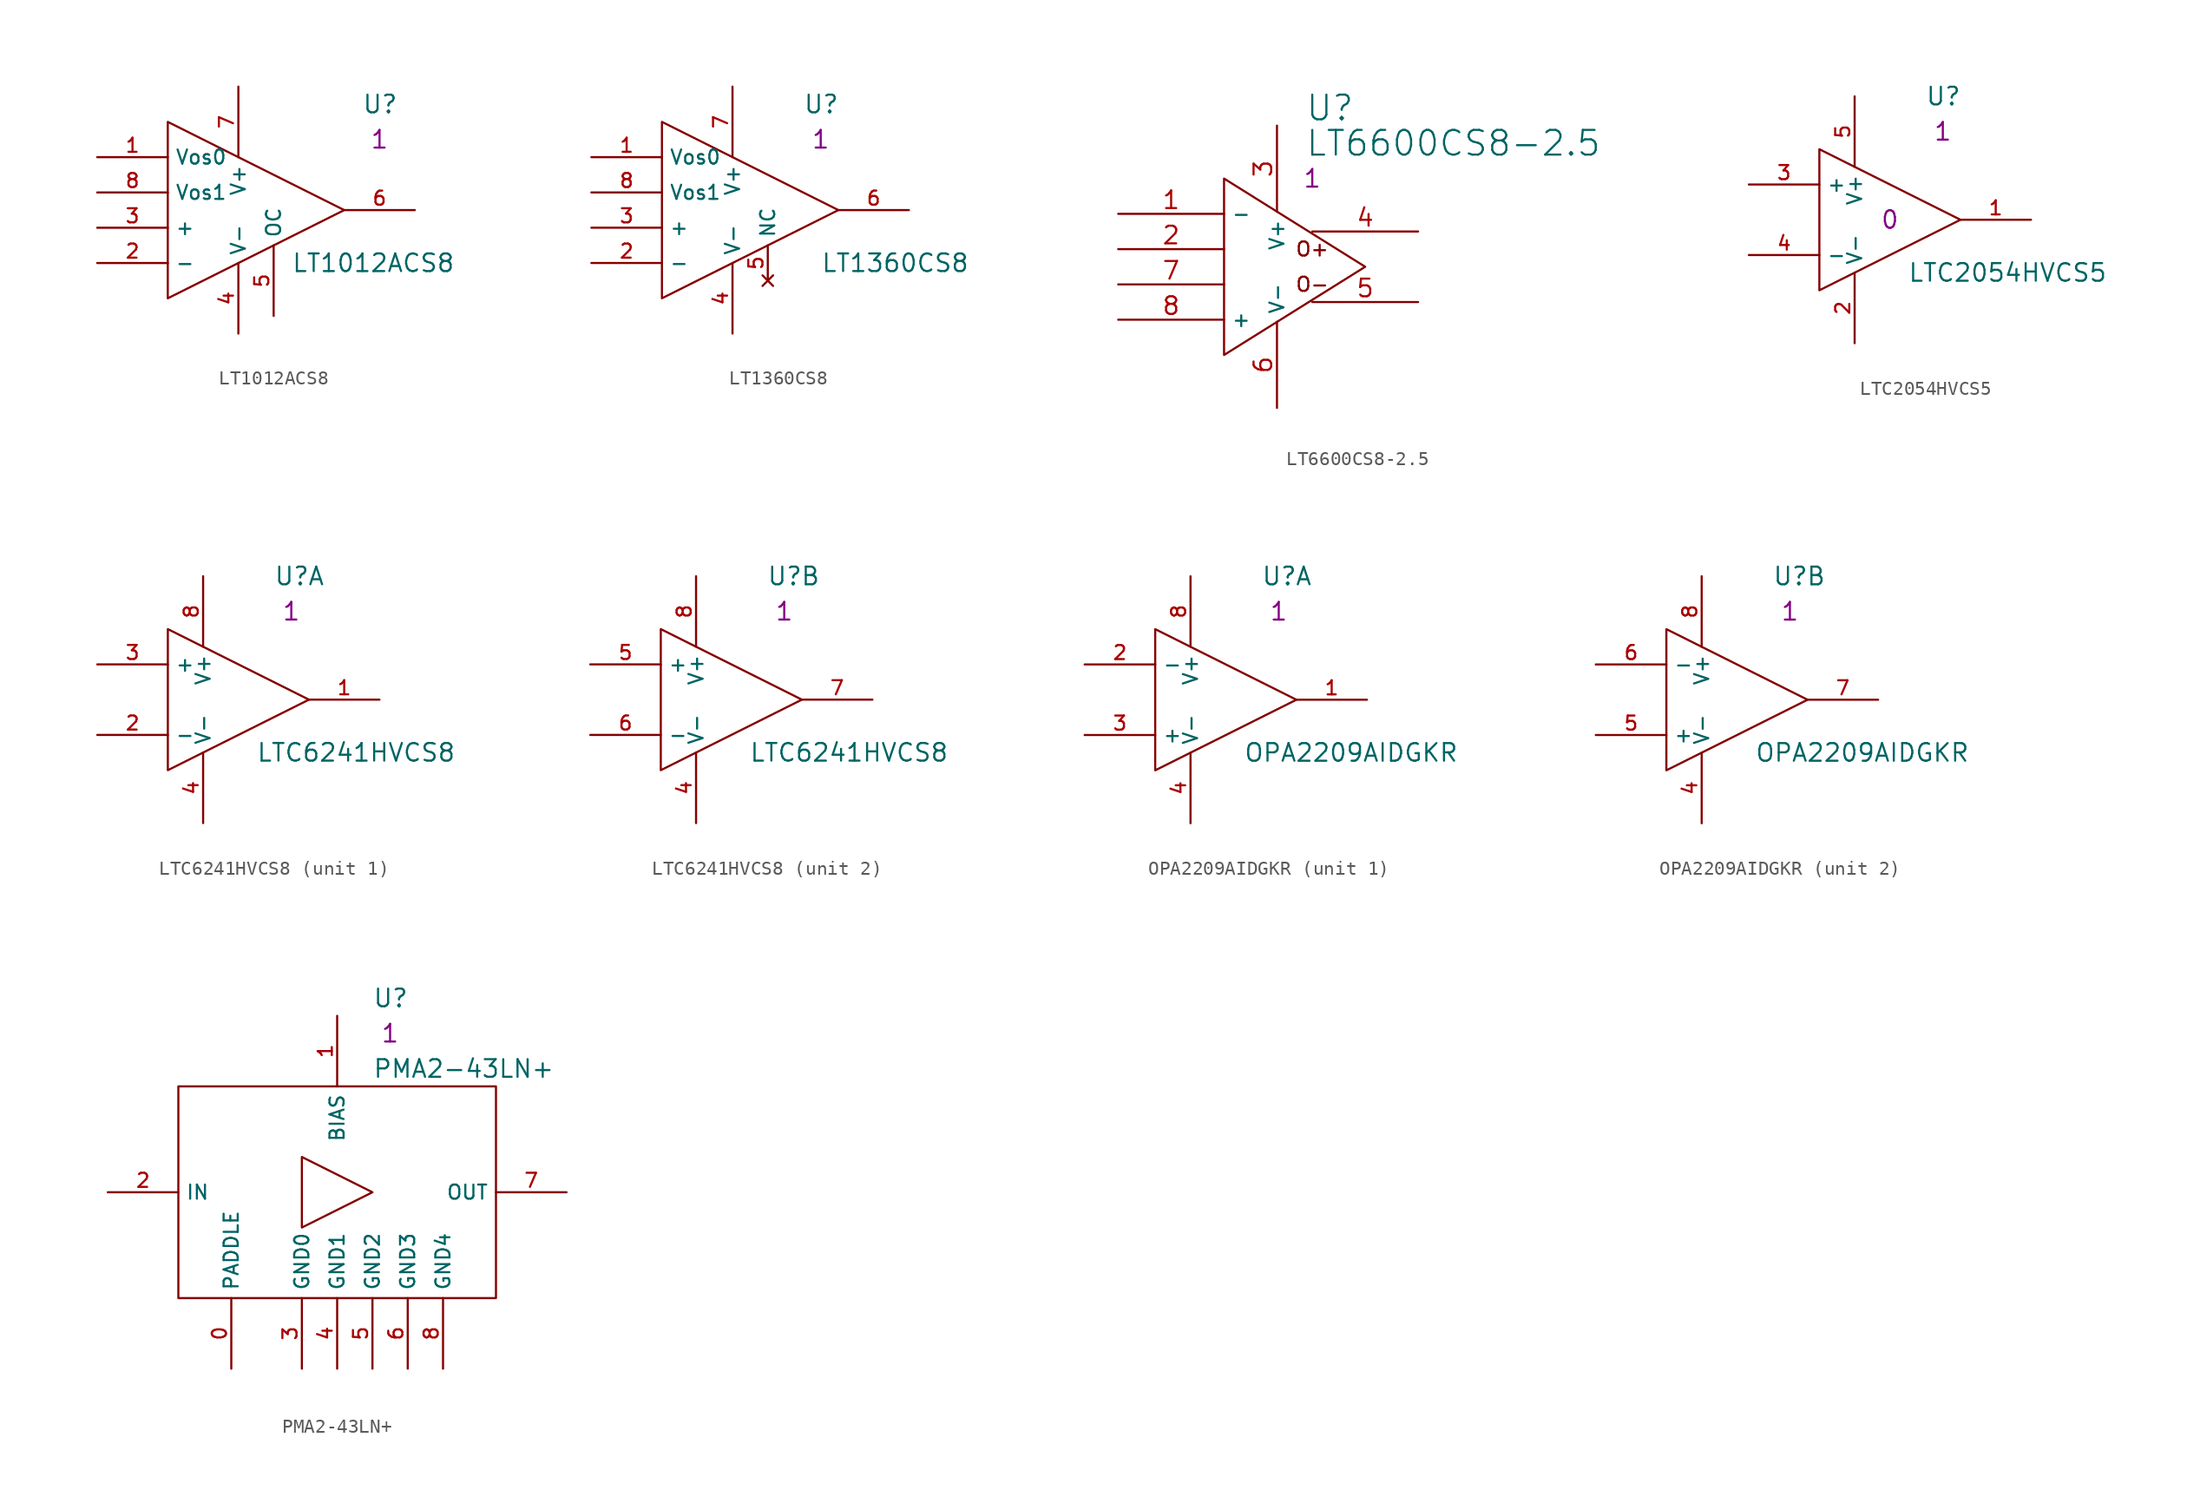
<source format=kicad_sym>
(kicad_symbol_lib
  (version 20211014)
  (generator kicad_symbol_editor)
  (symbol "LT1012ACS8"
    (property "Reference" "U"
      (at 6.35 7.62 0)
      (effects (font (size 1.27 1.27)) (justify left)))
    (property "Value" "LT1012ACS8"
      (at 1.27 -3.81 0)
      (effects (font (size 1.27 1.27)) (justify left)))
    (property "Qty" "1"
      (at 7.62 5.08 0)
      (effects (font (size 1.27 1.27))))
    (symbol "LT1012ACS8_0_1"
      (polyline (pts (xy -7.62 6.35) (xy 5.08 0) (xy -7.62 -6.35) (xy -7.62 6.35)) (stroke (width 0.152) (type default) (color 0 0 0 0)) (fill (type none))))
    (symbol "LT1012ACS8_1_1"
      (pin input line (at -12.7 3.81 0) (length 5.08) (name "Vos0" (effects (font (size 1.016 1.016)))) (number "1" (effects (font (size 1.016 1.016)))))
      (pin input line (at -12.7 -3.81 0) (length 5.08) (name "-" (effects (font (size 1.016 1.016)))) (number "2" (effects (font (size 1.016 1.016)))))
      (pin input line (at -12.7 -1.27 0) (length 5.08) (name "+" (effects (font (size 1.016 1.016)))) (number "3" (effects (font (size 1.016 1.016)))))
      (pin power_in line (at -2.54 -8.89 90) (length 5.08) (name "V-" (effects (font (size 1.016 1.016)))) (number "4" (effects (font (size 1.016 1.016)))))
      (pin input line (at 0 -7.62 90) (length 5.08) (name "OC" (effects (font (size 1.016 1.016)))) (number "5" (effects (font (size 1.016 1.016)))))
      (pin output line (at 10.16 0 180) (length 5.08) (name "~" (effects (font (size 1.016 1.016)))) (number "6" (effects (font (size 1.016 1.016)))))
      (pin power_in line (at -2.54 8.89 270) (length 5.08) (name "V+" (effects (font (size 1.016 1.016)))) (number "7" (effects (font (size 1.016 1.016)))))
      (pin input line (at -12.7 1.27 0) (length 5.08) (name "Vos1" (effects (font (size 1.016 1.016)))) (number "8" (effects (font (size 1.016 1.016)))))))
  (symbol "LT1360CS8"
    (property "Reference" "U"
      (at 2.54 7.62 0)
      (effects (font (size 1.27 1.27)) (justify left)))
    (property "Value" "LT1360CS8"
      (at 3.81 -3.81 0)
      (effects (font (size 1.27 1.27)) (justify left)))
    (property "Qty" "1"
      (at 3.81 5.08 0)
      (effects (font (size 1.27 1.27))))
    (symbol "LT1360CS8_0_1"
      (polyline (pts (xy -7.62 6.35) (xy 5.08 0) (xy -7.62 -6.35) (xy -7.62 6.35)) (stroke (width 0.152) (type default) (color 0 0 0 0)) (fill (type none))))
    (symbol "LT1360CS8_1_1"
      (pin input line (at -12.7 3.81 0) (length 5.08) (name "Vos0" (effects (font (size 1.016 1.016)))) (number "1" (effects (font (size 1.016 1.016)))))
      (pin input line (at -12.7 -3.81 0) (length 5.08) (name "-" (effects (font (size 1.016 1.016)))) (number "2" (effects (font (size 1.016 1.016)))))
      (pin input line (at -12.7 -1.27 0) (length 5.08) (name "+" (effects (font (size 1.016 1.016)))) (number "3" (effects (font (size 1.016 1.016)))))
      (pin power_in line (at -2.54 -8.89 90) (length 5.08) (name "V-" (effects (font (size 1.016 1.016)))) (number "4" (effects (font (size 1.016 1.016)))))
      (pin no_connect line (at 0 -5.08 90) (length 2.54) (name "NC" (effects (font (size 1.016 1.016)))) (number "5" (effects (font (size 1.016 1.016)))))
      (pin output line (at 10.16 0 180) (length 5.08) (name "~" (effects (font (size 1.016 1.016)))) (number "6" (effects (font (size 1.016 1.016)))))
      (pin power_in line (at -2.54 8.89 270) (length 5.08) (name "V+" (effects (font (size 1.016 1.016)))) (number "7" (effects (font (size 1.016 1.016)))))
      (pin input line (at -12.7 1.27 0) (length 5.08) (name "Vos1" (effects (font (size 1.016 1.016)))) (number "8" (effects (font (size 1.016 1.016)))))))
  (symbol "LT6600CS8-2.5"
    (property "Reference" "U"
      (at 15.24 7.62 0)
      (effects (font (size 1.778 1.778))))
    (property "Value" "LT6600CS8-2.5"
      (at 24.13 5.08 0)
      (effects (font (size 1.778 1.778))))
    (property "Datasheet" ""
      (at 12.7 -3.81 0)
      (effects (font (size 1.27 1.27))))
    (property "Qty" "1"
      (at 13.97 2.54 0)
      (effects (font (size 1.27 1.27))))
    (symbol "LT6600CS8-2.5_0_0"
      (text "O+" (at 13.97 -2.54 0) (effects (font (size 1.016 1.016))))
      (text "O-" (at 13.97 -5.08 0) (effects (font (size 1.016 1.016)))))
    (symbol "LT6600CS8-2.5_0_1"
      (polyline (pts (xy 17.78 -3.81) (xy 7.62 -10.16) (xy 7.62 2.54) (xy 17.78 -3.81)) (stroke (width 0) (type default) (color 0 0 0 0)) (fill (type none))))
    (symbol "LT6600CS8-2.5_1_1"
      (pin input line (at 0 0 0) (length 7.62) (name "-" (effects (font (size 1.016 1.016)))) (number "1" (effects (font (size 1.27 1.27)))))
      (pin input line (at 0 -2.54 0) (length 7.62) (name "~" (effects (font (size 1.016 1.016)))) (number "2" (effects (font (size 1.27 1.27)))))
      (pin power_in line (at 11.43 6.35 270) (length 6.198) (name "V+" (effects (font (size 1.016 1.016)))) (number "3" (effects (font (size 1.27 1.27)))))
      (pin output line (at 21.59 -1.27 180) (length 7.62) (name "~" (effects (font (size 1.016 1.016)))) (number "4" (effects (font (size 1.27 1.27)))))
      (pin output line (at 21.59 -6.35 180) (length 7.62) (name "~" (effects (font (size 1.016 1.016)))) (number "5" (effects (font (size 1.27 1.27)))))
      (pin power_in line (at 11.43 -13.97 90) (length 6.198) (name "V-" (effects (font (size 1.016 1.016)))) (number "6" (effects (font (size 1.27 1.27)))))
      (pin input line (at 0 -5.08 0) (length 7.62) (name "~" (effects (font (size 1.016 1.016)))) (number "7" (effects (font (size 1.27 1.27)))))
      (pin input line (at 0 -7.62 0) (length 7.62) (name "+" (effects (font (size 1.016 1.016)))) (number "8" (effects (font (size 1.27 1.27)))))))
  (symbol "LTC2054HVCS5"
    (property "Reference" "U"
      (at 2.54 8.89 0)
      (effects (font (size 1.27 1.27)) (justify left)))
    (property "Value" "LTC2054HVCS5"
      (at 1.27 -3.81 0)
      (effects (font (size 1.27 1.27)) (justify left)))
    (property "Qty" "1"
      (at 3.81 6.35 0)
      (effects (font (size 1.27 1.27))))
    (property "Height" "0"
      (at 0 0 0)
      (effects (font (size 1.27 1.27))))
    (symbol "LTC2054HVCS5_0_1"
      (polyline (pts (xy -5.08 5.08) (xy 5.08 0) (xy -5.08 -5.08) (xy -5.08 5.08)) (stroke (width 0.152) (type default) (color 0 0 0 0)) (fill (type none)))
      (pin power_in line (at -2.54 -8.89 90) (length 5.08) (name "V-" (effects (font (size 1.016 1.016)))) (number "2" (effects (font (size 1.016 1.016)))))
      (pin power_in line (at -2.54 8.89 270) (length 5.08) (name "V+" (effects (font (size 1.016 1.016)))) (number "5" (effects (font (size 1.016 1.016))))))
    (symbol "LTC2054HVCS5_1_1"
      (pin output line (at 10.16 0 180) (length 5.08) (name "~" (effects (font (size 1.016 1.016)))) (number "1" (effects (font (size 1.016 1.016)))))
      (pin input line (at -10.16 2.54 0) (length 5.08) (name "+" (effects (font (size 1.016 1.016)))) (number "3" (effects (font (size 1.016 1.016)))))
      (pin input line (at -10.16 -2.54 0) (length 5.08) (name "-" (effects (font (size 1.016 1.016)))) (number "4" (effects (font (size 1.016 1.016)))))))
  (symbol "LTC6241HVCS8"
    (property "Reference" "U"
      (at 2.54 8.89 0)
      (effects (font (size 1.27 1.27)) (justify left)))
    (property "Value" "LTC6241HVCS8"
      (at 1.27 -3.81 0)
      (effects (font (size 1.27 1.27)) (justify left)))
    (property "Qty" "1"
      (at 3.81 6.35 0)
      (effects (font (size 1.27 1.27))))
    (symbol "LTC6241HVCS8_0_1"
      (polyline (pts (xy -5.08 5.08) (xy 5.08 0) (xy -5.08 -5.08) (xy -5.08 5.08)) (stroke (width 0.152) (type default) (color 0 0 0 0)) (fill (type none)))
      (pin power_in line (at -2.54 -8.89 90) (length 5.08) (name "V-" (effects (font (size 1.016 1.016)))) (number "4" (effects (font (size 1.016 1.016)))))
      (pin power_in line (at -2.54 8.89 270) (length 5.08) (name "V+" (effects (font (size 1.016 1.016)))) (number "8" (effects (font (size 1.016 1.016))))))
    (symbol "LTC6241HVCS8_1_1"
      (pin output line (at 10.16 0 180) (length 5.08) (name "~" (effects (font (size 1.016 1.016)))) (number "1" (effects (font (size 1.016 1.016)))))
      (pin input line (at -10.16 -2.54 0) (length 5.08) (name "-" (effects (font (size 1.016 1.016)))) (number "2" (effects (font (size 1.016 1.016)))))
      (pin input line (at -10.16 2.54 0) (length 5.08) (name "+" (effects (font (size 1.016 1.016)))) (number "3" (effects (font (size 1.016 1.016))))))
    (symbol "LTC6241HVCS8_2_1"
      (pin input line (at -10.16 2.54 0) (length 5.08) (name "+" (effects (font (size 1.016 1.016)))) (number "5" (effects (font (size 1.016 1.016)))))
      (pin input line (at -10.16 -2.54 0) (length 5.08) (name "-" (effects (font (size 1.016 1.016)))) (number "6" (effects (font (size 1.016 1.016)))))
      (pin output line (at 10.16 0 180) (length 5.08) (name "~" (effects (font (size 1.016 1.016)))) (number "7" (effects (font (size 1.016 1.016)))))))
  (symbol "OPA2209AIDGKR"
    (property "Reference" "U"
      (at 2.54 8.89 0)
      (effects (font (size 1.27 1.27)) (justify left)))
    (property "Value" "OPA2209AIDGKR"
      (at 1.27 -3.81 0)
      (effects (font (size 1.27 1.27)) (justify left)))
    (property "Qty" "1"
      (at 3.81 6.35 0)
      (effects (font (size 1.27 1.27))))
    (symbol "OPA2209AIDGKR_0_1"
      (polyline (pts (xy -5.08 5.08) (xy 5.08 0) (xy -5.08 -5.08) (xy -5.08 5.08)) (stroke (width 0.152) (type default) (color 0 0 0 0)) (fill (type none)))
      (pin power_in line (at -2.54 -8.89 90) (length 5.08) (name "V-" (effects (font (size 1.016 1.016)))) (number "4" (effects (font (size 1.016 1.016)))))
      (pin power_in line (at -2.54 8.89 270) (length 5.08) (name "V+" (effects (font (size 1.016 1.016)))) (number "8" (effects (font (size 1.016 1.016))))))
    (symbol "OPA2209AIDGKR_1_1"
      (pin output line (at 10.16 0 180) (length 5.08) (name "~" (effects (font (size 1.016 1.016)))) (number "1" (effects (font (size 1.016 1.016)))))
      (pin input line (at -10.16 2.54 0) (length 5.08) (name "-" (effects (font (size 1.016 1.016)))) (number "2" (effects (font (size 1.016 1.016)))))
      (pin input line (at -10.16 -2.54 0) (length 5.08) (name "+" (effects (font (size 1.016 1.016)))) (number "3" (effects (font (size 1.016 1.016))))))
    (symbol "OPA2209AIDGKR_2_1"
      (pin input line (at -10.16 -2.54 0) (length 5.08) (name "+" (effects (font (size 1.016 1.016)))) (number "5" (effects (font (size 1.016 1.016)))))
      (pin input line (at -10.16 2.54 0) (length 5.08) (name "-" (effects (font (size 1.016 1.016)))) (number "6" (effects (font (size 1.016 1.016)))))
      (pin output line (at 10.16 0 180) (length 5.08) (name "~" (effects (font (size 1.016 1.016)))) (number "7" (effects (font (size 1.016 1.016)))))))
  (symbol "PMA2-43LN+"
    (property "Reference" "U"
      (at 19.05 13.97 0)
      (effects (font (size 1.27 1.27)) (justify left)))
    (property "Value" "PMA2-43LN+"
      (at 19.05 8.89 0)
      (effects (font (size 1.27 1.27)) (justify left)))
    (property "Qty" "1"
      (at 20.32 11.43 0)
      (effects (font (size 1.27 1.27))))
    (symbol "PMA2-43LN+_0_1"
      (polyline (pts (xy 13.97 2.54) (xy 13.97 -2.54) (xy 19.05 0) (xy 13.97 2.54)) (stroke (width 0) (type default) (color 0 0 0 0)) (fill (type none)))
      (rectangle (start 5.08 7.62) (end 27.94 -7.62) (stroke (width 0) (type default) (color 0 0 0 0)) (fill (type none)))
      (pin power_in line (at 8.89 -12.7 90) (length 5.08) (name "PADDLE" (effects (font (size 1.016 1.016)))) (number "0" (effects (font (size 1.016 1.016)))))
      (pin power_in line (at 16.51 12.7 270) (length 5.08) (name "BIAS" (effects (font (size 1.016 1.016)))) (number "1" (effects (font (size 1.016 1.016))))))
    (symbol "PMA2-43LN+_1_1"
      (pin input line (at 0 0 0) (length 5.08) (name "IN" (effects (font (size 1.016 1.016)))) (number "2" (effects (font (size 1.016 1.016)))))
      (pin power_in line (at 13.97 -12.7 90) (length 5.08) (name "GND0" (effects (font (size 1.016 1.016)))) (number "3" (effects (font (size 1.016 1.016)))))
      (pin power_in line (at 16.51 -12.7 90) (length 5.08) (name "GND1" (effects (font (size 1.016 1.016)))) (number "4" (effects (font (size 1.016 1.016)))))
      (pin power_in line (at 19.05 -12.7 90) (length 5.08) (name "GND2" (effects (font (size 1.016 1.016)))) (number "5" (effects (font (size 1.016 1.016)))))
      (pin power_out line (at 21.59 -12.7 90) (length 5.08) (name "GND3" (effects (font (size 1.016 1.016)))) (number "6" (effects (font (size 1.016 1.016)))))
      (pin output line (at 33.02 0 180) (length 5.08) (name "OUT" (effects (font (size 1.016 1.016)))) (number "7" (effects (font (size 1.016 1.016)))))
      (pin power_in line (at 24.13 -12.7 90) (length 5.08) (name "GND4" (effects (font (size 1.016 1.016)))) (number "8" (effects (font (size 1.016 1.016))))))))
</source>
